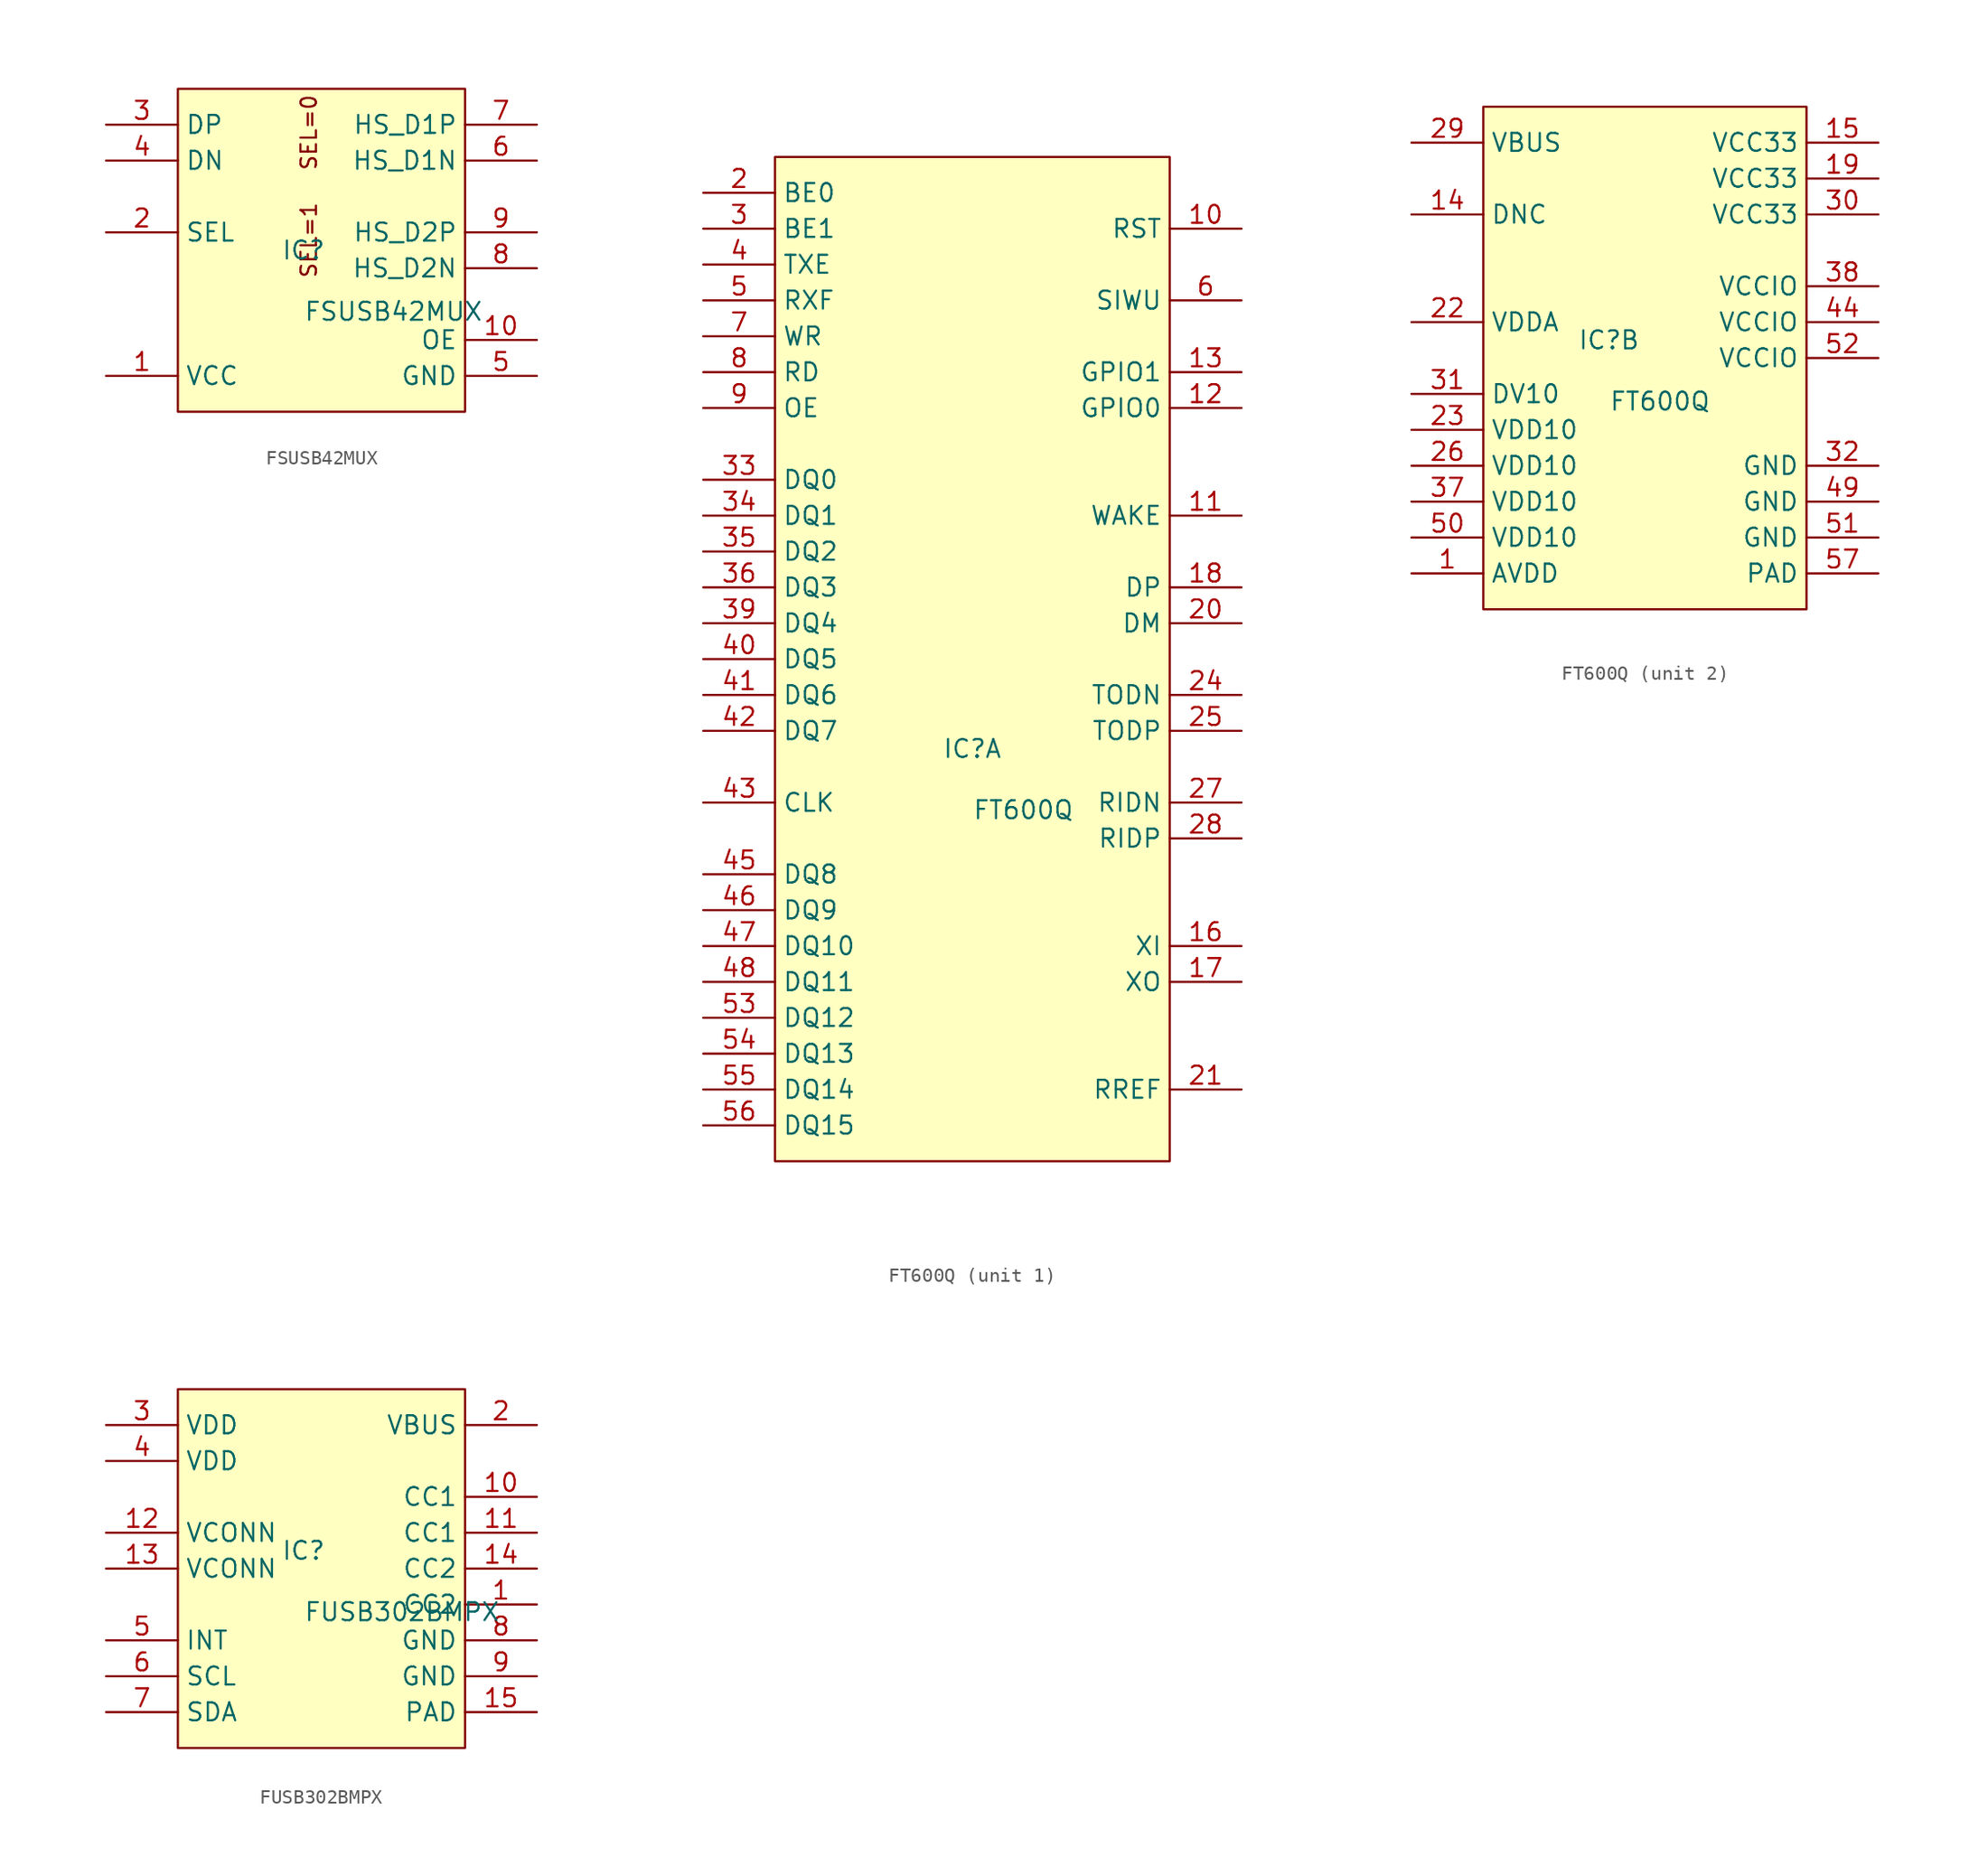
<source format=kicad_sym>
(kicad_symbol_lib
  (version 20231120)
  (generator "kicad_symbol_editor")
  (generator_version "8.0")
  (symbol "FSUSB42MUX"
    (property "Reference" "IC"
      (at -1.27 1.27 0)
      (effects (font (size 1.27 1.27))))
    (property "Value" "FSUSB42MUX"
      (at -1.27 -3.81 0)
      (effects (font (size 1.27 1.27)) (justify left bottom)))
    (symbol "FSUSB42MUX_1_0"
      (rectangle (start -10.16 12.7) (end 10.16 -10.16) (stroke (width 0) (type solid) (color 128 0 0 1)) (fill (type background)))
      (text "SEL=0" (at -0.254 6.858 900) (effects (font (size 1.092 1.092)) (justify left bottom)))
      (text "SEL=1" (at -0.254 -0.762 900) (effects (font (size 1.092 1.092)) (justify left bottom)))
      (pin passive line (at -15.24 -7.62 0) (length 5.08) (name "VCC" (effects (font (size 1.27 1.27)))) (number "1" (effects (font (size 1.27 1.27)))))
      (pin input line (at 15.24 -5.08 180) (length 5.08) (name "OE" (effects (font (size 1.27 1.27)))) (number "10" (effects (font (size 1.27 1.27)))))
      (pin input line (at -15.24 2.54 0) (length 5.08) (name "SEL" (effects (font (size 1.27 1.27)))) (number "2" (effects (font (size 1.27 1.27)))))
      (pin passive line (at -15.24 10.16 0) (length 5.08) (name "DP" (effects (font (size 1.27 1.27)))) (number "3" (effects (font (size 1.27 1.27)))))
      (pin passive line (at -15.24 7.62 0) (length 5.08) (name "DN" (effects (font (size 1.27 1.27)))) (number "4" (effects (font (size 1.27 1.27)))))
      (pin passive line (at 15.24 -7.62 180) (length 5.08) (name "GND" (effects (font (size 1.27 1.27)))) (number "5" (effects (font (size 1.27 1.27)))))
      (pin passive line (at 15.24 7.62 180) (length 5.08) (name "HS_D1N" (effects (font (size 1.27 1.27)))) (number "6" (effects (font (size 1.27 1.27)))))
      (pin passive line (at 15.24 10.16 180) (length 5.08) (name "HS_D1P" (effects (font (size 1.27 1.27)))) (number "7" (effects (font (size 1.27 1.27)))))
      (pin passive line (at 15.24 0 180) (length 5.08) (name "HS_D2N" (effects (font (size 1.27 1.27)))) (number "8" (effects (font (size 1.27 1.27)))))
      (pin passive line (at 15.24 2.54 180) (length 5.08) (name "HS_D2P" (effects (font (size 1.27 1.27)))) (number "9" (effects (font (size 1.27 1.27)))))))
  (symbol "FT600Q"
    (property "Reference" "IC"
      (at -1.27 1.27 0)
      (effects (font (size 1.27 1.27))))
    (property "Value" "FT600Q"
      (at -1.27 -3.81 0)
      (effects (font (size 1.27 1.27)) (justify left bottom)))
    (symbol "FT600Q_1_0"
      (rectangle (start -15.24 43.18) (end 12.7 -27.94) (stroke (width 0) (type solid) (color 128 0 0 1)) (fill (type background)))
      (pin input line (at 17.78 38.1 180) (length 5.08) (name "RST" (effects (font (size 1.27 1.27)))) (number "10" (effects (font (size 1.27 1.27)))))
      (pin bidirectional line (at 17.78 17.78 180) (length 5.08) (name "WAKE" (effects (font (size 1.27 1.27)))) (number "11" (effects (font (size 1.27 1.27)))))
      (pin bidirectional line (at 17.78 25.4 180) (length 5.08) (name "GPIO0" (effects (font (size 1.27 1.27)))) (number "12" (effects (font (size 1.27 1.27)))))
      (pin bidirectional line (at 17.78 27.94 180) (length 5.08) (name "GPIO1" (effects (font (size 1.27 1.27)))) (number "13" (effects (font (size 1.27 1.27)))))
      (pin input line (at 17.78 -12.7 180) (length 5.08) (name "XI" (effects (font (size 1.27 1.27)))) (number "16" (effects (font (size 1.27 1.27)))))
      (pin output line (at 17.78 -15.24 180) (length 5.08) (name "XO" (effects (font (size 1.27 1.27)))) (number "17" (effects (font (size 1.27 1.27)))))
      (pin bidirectional line (at 17.78 12.7 180) (length 5.08) (name "DP" (effects (font (size 1.27 1.27)))) (number "18" (effects (font (size 1.27 1.27)))))
      (pin bidirectional line (at -20.32 40.64 0) (length 5.08) (name "BE0" (effects (font (size 1.27 1.27)))) (number "2" (effects (font (size 1.27 1.27)))))
      (pin bidirectional line (at 17.78 10.16 180) (length 5.08) (name "DM" (effects (font (size 1.27 1.27)))) (number "20" (effects (font (size 1.27 1.27)))))
      (pin passive line (at 17.78 -22.86 180) (length 5.08) (name "RREF" (effects (font (size 1.27 1.27)))) (number "21" (effects (font (size 1.27 1.27)))))
      (pin output line (at 17.78 5.08 180) (length 5.08) (name "TODN" (effects (font (size 1.27 1.27)))) (number "24" (effects (font (size 1.27 1.27)))))
      (pin output line (at 17.78 2.54 180) (length 5.08) (name "TODP" (effects (font (size 1.27 1.27)))) (number "25" (effects (font (size 1.27 1.27)))))
      (pin input line (at 17.78 -2.54 180) (length 5.08) (name "RIDN" (effects (font (size 1.27 1.27)))) (number "27" (effects (font (size 1.27 1.27)))))
      (pin input line (at 17.78 -5.08 180) (length 5.08) (name "RIDP" (effects (font (size 1.27 1.27)))) (number "28" (effects (font (size 1.27 1.27)))))
      (pin bidirectional line (at -20.32 38.1 0) (length 5.08) (name "BE1" (effects (font (size 1.27 1.27)))) (number "3" (effects (font (size 1.27 1.27)))))
      (pin bidirectional line (at -20.32 20.32 0) (length 5.08) (name "DQ0" (effects (font (size 1.27 1.27)))) (number "33" (effects (font (size 1.27 1.27)))))
      (pin bidirectional line (at -20.32 17.78 0) (length 5.08) (name "DQ1" (effects (font (size 1.27 1.27)))) (number "34" (effects (font (size 1.27 1.27)))))
      (pin bidirectional line (at -20.32 15.24 0) (length 5.08) (name "DQ2" (effects (font (size 1.27 1.27)))) (number "35" (effects (font (size 1.27 1.27)))))
      (pin bidirectional line (at -20.32 12.7 0) (length 5.08) (name "DQ3" (effects (font (size 1.27 1.27)))) (number "36" (effects (font (size 1.27 1.27)))))
      (pin bidirectional line (at -20.32 10.16 0) (length 5.08) (name "DQ4" (effects (font (size 1.27 1.27)))) (number "39" (effects (font (size 1.27 1.27)))))
      (pin output line (at -20.32 35.56 0) (length 5.08) (name "TXE" (effects (font (size 1.27 1.27)))) (number "4" (effects (font (size 1.27 1.27)))))
      (pin bidirectional line (at -20.32 7.62 0) (length 5.08) (name "DQ5" (effects (font (size 1.27 1.27)))) (number "40" (effects (font (size 1.27 1.27)))))
      (pin bidirectional line (at -20.32 5.08 0) (length 5.08) (name "DQ6" (effects (font (size 1.27 1.27)))) (number "41" (effects (font (size 1.27 1.27)))))
      (pin bidirectional line (at -20.32 2.54 0) (length 5.08) (name "DQ7" (effects (font (size 1.27 1.27)))) (number "42" (effects (font (size 1.27 1.27)))))
      (pin output line (at -20.32 -2.54 0) (length 5.08) (name "CLK" (effects (font (size 1.27 1.27)))) (number "43" (effects (font (size 1.27 1.27)))))
      (pin bidirectional line (at -20.32 -7.62 0) (length 5.08) (name "DQ8" (effects (font (size 1.27 1.27)))) (number "45" (effects (font (size 1.27 1.27)))))
      (pin bidirectional line (at -20.32 -10.16 0) (length 5.08) (name "DQ9" (effects (font (size 1.27 1.27)))) (number "46" (effects (font (size 1.27 1.27)))))
      (pin bidirectional line (at -20.32 -12.7 0) (length 5.08) (name "DQ10" (effects (font (size 1.27 1.27)))) (number "47" (effects (font (size 1.27 1.27)))))
      (pin bidirectional line (at -20.32 -15.24 0) (length 5.08) (name "DQ11" (effects (font (size 1.27 1.27)))) (number "48" (effects (font (size 1.27 1.27)))))
      (pin output line (at -20.32 33.02 0) (length 5.08) (name "RXF" (effects (font (size 1.27 1.27)))) (number "5" (effects (font (size 1.27 1.27)))))
      (pin bidirectional line (at -20.32 -17.78 0) (length 5.08) (name "DQ12" (effects (font (size 1.27 1.27)))) (number "53" (effects (font (size 1.27 1.27)))))
      (pin bidirectional line (at -20.32 -20.32 0) (length 5.08) (name "DQ13" (effects (font (size 1.27 1.27)))) (number "54" (effects (font (size 1.27 1.27)))))
      (pin bidirectional line (at -20.32 -22.86 0) (length 5.08) (name "DQ14" (effects (font (size 1.27 1.27)))) (number "55" (effects (font (size 1.27 1.27)))))
      (pin bidirectional line (at -20.32 -25.4 0) (length 5.08) (name "DQ15" (effects (font (size 1.27 1.27)))) (number "56" (effects (font (size 1.27 1.27)))))
      (pin input line (at 17.78 33.02 180) (length 5.08) (name "SIWU" (effects (font (size 1.27 1.27)))) (number "6" (effects (font (size 1.27 1.27)))))
      (pin input line (at -20.32 30.48 0) (length 5.08) (name "WR" (effects (font (size 1.27 1.27)))) (number "7" (effects (font (size 1.27 1.27)))))
      (pin input line (at -20.32 27.94 0) (length 5.08) (name "RD" (effects (font (size 1.27 1.27)))) (number "8" (effects (font (size 1.27 1.27)))))
      (pin input line (at -20.32 25.4 0) (length 5.08) (name "OE" (effects (font (size 1.27 1.27)))) (number "9" (effects (font (size 1.27 1.27))))))
    (symbol "FT600Q_2_0"
      (rectangle (start -10.16 17.78) (end 12.7 -17.78) (stroke (width 0) (type solid) (color 128 0 0 1)) (fill (type background)))
      (pin passive line (at -15.24 -15.24 0) (length 5.08) (name "AVDD" (effects (font (size 1.27 1.27)))) (number "1" (effects (font (size 1.27 1.27)))))
      (pin passive line (at -15.24 10.16 0) (length 5.08) (name "DNC" (effects (font (size 1.27 1.27)))) (number "14" (effects (font (size 1.27 1.27)))))
      (pin passive line (at 17.78 15.24 180) (length 5.08) (name "VCC33" (effects (font (size 1.27 1.27)))) (number "15" (effects (font (size 1.27 1.27)))))
      (pin passive line (at 17.78 12.7 180) (length 5.08) (name "VCC33" (effects (font (size 1.27 1.27)))) (number "19" (effects (font (size 1.27 1.27)))))
      (pin passive line (at -15.24 2.54 0) (length 5.08) (name "VDDA" (effects (font (size 1.27 1.27)))) (number "22" (effects (font (size 1.27 1.27)))))
      (pin passive line (at -15.24 -5.08 0) (length 5.08) (name "VDD10" (effects (font (size 1.27 1.27)))) (number "23" (effects (font (size 1.27 1.27)))))
      (pin passive line (at -15.24 -7.62 0) (length 5.08) (name "VDD10" (effects (font (size 1.27 1.27)))) (number "26" (effects (font (size 1.27 1.27)))))
      (pin input line (at -15.24 15.24 0) (length 5.08) (name "VBUS" (effects (font (size 1.27 1.27)))) (number "29" (effects (font (size 1.27 1.27)))))
      (pin passive line (at 17.78 10.16 180) (length 5.08) (name "VCC33" (effects (font (size 1.27 1.27)))) (number "30" (effects (font (size 1.27 1.27)))))
      (pin passive line (at -15.24 -2.54 0) (length 5.08) (name "DV10" (effects (font (size 1.27 1.27)))) (number "31" (effects (font (size 1.27 1.27)))))
      (pin passive line (at 17.78 -7.62 180) (length 5.08) (name "GND" (effects (font (size 1.27 1.27)))) (number "32" (effects (font (size 1.27 1.27)))))
      (pin passive line (at -15.24 -10.16 0) (length 5.08) (name "VDD10" (effects (font (size 1.27 1.27)))) (number "37" (effects (font (size 1.27 1.27)))))
      (pin passive line (at 17.78 5.08 180) (length 5.08) (name "VCCIO" (effects (font (size 1.27 1.27)))) (number "38" (effects (font (size 1.27 1.27)))))
      (pin passive line (at 17.78 2.54 180) (length 5.08) (name "VCCIO" (effects (font (size 1.27 1.27)))) (number "44" (effects (font (size 1.27 1.27)))))
      (pin passive line (at 17.78 -10.16 180) (length 5.08) (name "GND" (effects (font (size 1.27 1.27)))) (number "49" (effects (font (size 1.27 1.27)))))
      (pin passive line (at -15.24 -12.7 0) (length 5.08) (name "VDD10" (effects (font (size 1.27 1.27)))) (number "50" (effects (font (size 1.27 1.27)))))
      (pin passive line (at 17.78 -12.7 180) (length 5.08) (name "GND" (effects (font (size 1.27 1.27)))) (number "51" (effects (font (size 1.27 1.27)))))
      (pin passive line (at 17.78 0 180) (length 5.08) (name "VCCIO" (effects (font (size 1.27 1.27)))) (number "52" (effects (font (size 1.27 1.27)))))
      (pin passive line (at 17.78 -15.24 180) (length 5.08) (name "PAD" (effects (font (size 1.27 1.27)))) (number "57" (effects (font (size 1.27 1.27)))))))
  (symbol "FUSB302BMPX"
    (property "Reference" "IC"
      (at -1.27 1.27 0)
      (effects (font (size 1.27 1.27))))
    (property "Value" "FUSB302BMPX"
      (at -1.27 -3.81 0)
      (effects (font (size 1.27 1.27)) (justify left bottom)))
    (symbol "FUSB302BMPX_1_0"
      (rectangle (start -10.16 12.7) (end 10.16 -12.7) (stroke (width 0) (type solid) (color 128 0 0 1)) (fill (type background)))
      (pin bidirectional line (at 15.24 -2.54 180) (length 5.08) (name "CC2" (effects (font (size 1.27 1.27)))) (number "1" (effects (font (size 1.27 1.27)))))
      (pin bidirectional line (at 15.24 5.08 180) (length 5.08) (name "CC1" (effects (font (size 1.27 1.27)))) (number "10" (effects (font (size 1.27 1.27)))))
      (pin bidirectional line (at 15.24 2.54 180) (length 5.08) (name "CC1" (effects (font (size 1.27 1.27)))) (number "11" (effects (font (size 1.27 1.27)))))
      (pin passive line (at -15.24 2.54 0) (length 5.08) (name "VCONN" (effects (font (size 1.27 1.27)))) (number "12" (effects (font (size 1.27 1.27)))))
      (pin passive line (at -15.24 0 0) (length 5.08) (name "VCONN" (effects (font (size 1.27 1.27)))) (number "13" (effects (font (size 1.27 1.27)))))
      (pin bidirectional line (at 15.24 0 180) (length 5.08) (name "CC2" (effects (font (size 1.27 1.27)))) (number "14" (effects (font (size 1.27 1.27)))))
      (pin passive line (at 15.24 -10.16 180) (length 5.08) (name "PAD" (effects (font (size 1.27 1.27)))) (number "15" (effects (font (size 1.27 1.27)))))
      (pin input line (at 15.24 10.16 180) (length 5.08) (name "VBUS" (effects (font (size 1.27 1.27)))) (number "2" (effects (font (size 1.27 1.27)))))
      (pin passive line (at -15.24 10.16 0) (length 5.08) (name "VDD" (effects (font (size 1.27 1.27)))) (number "3" (effects (font (size 1.27 1.27)))))
      (pin passive line (at -15.24 7.62 0) (length 5.08) (name "VDD" (effects (font (size 1.27 1.27)))) (number "4" (effects (font (size 1.27 1.27)))))
      (pin output line (at -15.24 -5.08 0) (length 5.08) (name "INT" (effects (font (size 1.27 1.27)))) (number "5" (effects (font (size 1.27 1.27)))))
      (pin input line (at -15.24 -7.62 0) (length 5.08) (name "SCL" (effects (font (size 1.27 1.27)))) (number "6" (effects (font (size 1.27 1.27)))))
      (pin bidirectional line (at -15.24 -10.16 0) (length 5.08) (name "SDA" (effects (font (size 1.27 1.27)))) (number "7" (effects (font (size 1.27 1.27)))))
      (pin passive line (at 15.24 -5.08 180) (length 5.08) (name "GND" (effects (font (size 1.27 1.27)))) (number "8" (effects (font (size 1.27 1.27)))))
      (pin passive line (at 15.24 -7.62 180) (length 5.08) (name "GND" (effects (font (size 1.27 1.27)))) (number "9" (effects (font (size 1.27 1.27))))))))
</source>
